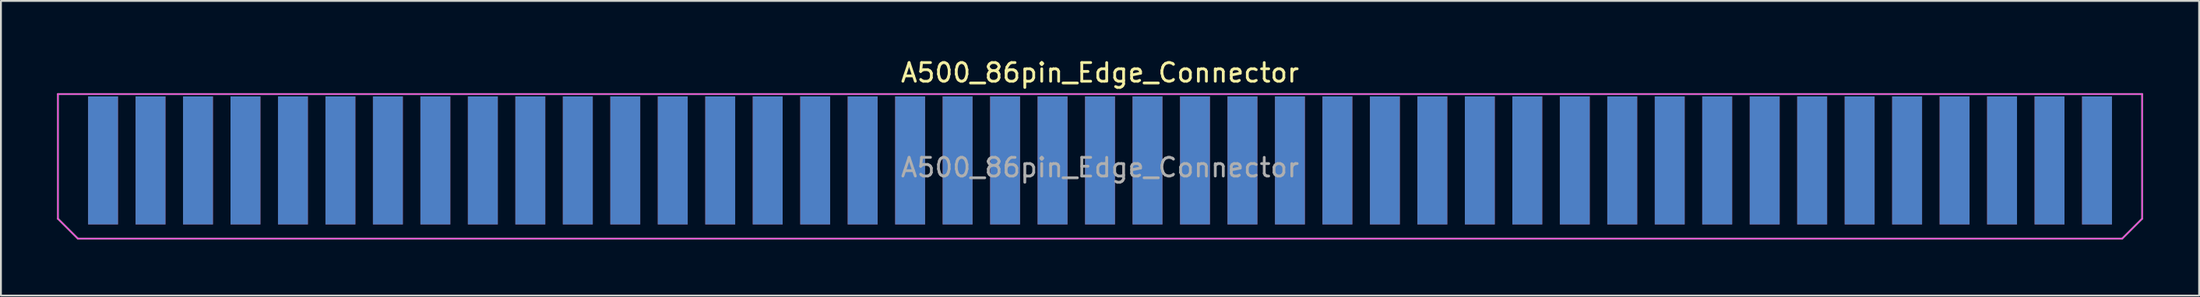
<source format=kicad_pcb>
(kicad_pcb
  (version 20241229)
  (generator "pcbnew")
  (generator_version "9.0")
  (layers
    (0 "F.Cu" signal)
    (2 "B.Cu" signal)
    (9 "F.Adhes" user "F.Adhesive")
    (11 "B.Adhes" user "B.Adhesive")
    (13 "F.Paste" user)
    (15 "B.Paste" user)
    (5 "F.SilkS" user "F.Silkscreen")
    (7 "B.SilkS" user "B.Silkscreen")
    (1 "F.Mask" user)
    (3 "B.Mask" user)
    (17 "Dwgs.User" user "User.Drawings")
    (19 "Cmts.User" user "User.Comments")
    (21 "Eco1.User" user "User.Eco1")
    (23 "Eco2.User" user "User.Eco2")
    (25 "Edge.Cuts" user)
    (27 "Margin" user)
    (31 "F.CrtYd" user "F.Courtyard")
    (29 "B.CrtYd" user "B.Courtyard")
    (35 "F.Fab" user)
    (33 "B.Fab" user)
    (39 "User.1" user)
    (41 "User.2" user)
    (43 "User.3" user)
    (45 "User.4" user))
  (footprint "A500_86pin_Edge_Connector"
    (layer "F.Cu")
    (at 55.803 5.928)
    (property "Reference" "A500_86pin_Edge_Connector" (at 0 -5.08 0) (layer "F.SilkS") (effects (font (size 1 1) (thickness 0.15))))
    (attr exclude_from_pos_files exclude_from_bom)
    (fp_line (start -55.753 -3.937) (end -55.753 2.743) (stroke (width 0.05) (type solid)) (layer "F.CrtYd"))
    (fp_line (start -55.753 -3.937) (end 55.753 -3.937) (stroke (width 0.05) (type solid)) (layer "F.CrtYd"))
    (fp_line (start -55.753 2.743) (end -54.686 3.81) (stroke (width 0.05) (type solid)) (layer "F.CrtYd"))
    (fp_line (start 54.686 3.81) (end -54.686 3.81) (stroke (width 0.05) (type solid)) (layer "F.CrtYd"))
    (fp_line (start 55.753 2.743) (end 54.686 3.81) (stroke (width 0.05) (type solid)) (layer "F.CrtYd"))
    (fp_line (start 55.753 2.743) (end 55.753 -3.937) (stroke (width 0.05) (type solid)) (layer "F.CrtYd"))
    (fp_line (start -55.753 -3.937) (end -55.753 2.743) (stroke (width 0.1) (type solid)) (layer "F.Fab"))
    (fp_line (start -54.686 3.81) (end -55.753 2.743) (stroke (width 0.1) (type solid)) (layer "F.Fab"))
    (fp_line (start 54.686 3.81) (end -54.686 3.81) (stroke (width 0.1) (type solid)) (layer "F.Fab"))
    (fp_line (start 55.753 -3.937) (end -55.753 -3.937) (stroke (width 0.1) (type solid)) (layer "F.Fab"))
    (fp_line (start 55.753 2.743) (end 54.686 3.81) (stroke (width 0.1) (type solid)) (layer "F.Fab"))
    (fp_line (start 55.753 2.743) (end 55.753 -3.937) (stroke (width 0.1) (type solid)) (layer "F.Fab"))
    (fp_text user "${REFERENCE}" (at 0 0 0) (layer "F.Fab") (effects (font (size 1 1) (thickness 0.15))))
    (pad "1" connect rect (at -53.34 -0.381) (size 1.6 6.86) (layers "F.Cu" "F.Mask"))
    (pad "2" connect rect (at -53.34 -0.381) (size 1.6 6.86) (layers "B.Cu" "B.Mask"))
    (pad "3" connect rect (at -50.8 -0.381) (size 1.6 6.86) (layers "F.Cu" "F.Mask"))
    (pad "4" connect rect (at -50.8 -0.381) (size 1.6 6.86) (layers "B.Cu" "B.Mask"))
    (pad "5" connect rect (at -48.26 -0.381) (size 1.6 6.86) (layers "F.Cu" "F.Mask"))
    (pad "6" connect rect (at -48.26 -0.381) (size 1.6 6.86) (layers "B.Cu" "B.Mask"))
    (pad "7" connect rect (at -45.72 -0.381) (size 1.6 6.86) (layers "F.Cu" "F.Mask"))
    (pad "8" connect rect (at -45.72 -0.381) (size 1.6 6.86) (layers "B.Cu" "B.Mask"))
    (pad "9" connect rect (at -43.18 -0.381) (size 1.6 6.86) (layers "F.Cu" "F.Mask"))
    (pad "10" connect rect (at -43.18 -0.381) (size 1.6 6.86) (layers "B.Cu" "B.Mask"))
    (pad "11" connect rect (at -40.64 -0.381) (size 1.6 6.86) (layers "F.Cu" "F.Mask"))
    (pad "12" connect rect (at -40.64 -0.381) (size 1.6 6.86) (layers "B.Cu" "B.Mask"))
    (pad "13" connect rect (at -38.1 -0.381) (size 1.6 6.86) (layers "F.Cu" "F.Mask"))
    (pad "14" connect rect (at -38.1 -0.381) (size 1.6 6.86) (layers "B.Cu" "B.Mask"))
    (pad "15" connect rect (at -35.56 -0.381) (size 1.6 6.86) (layers "F.Cu" "F.Mask"))
    (pad "16" connect rect (at -35.56 -0.381) (size 1.6 6.86) (layers "B.Cu" "B.Mask"))
    (pad "17" connect rect (at -33.02 -0.381) (size 1.6 6.86) (layers "F.Cu" "F.Mask"))
    (pad "18" connect rect (at -33.02 -0.381) (size 1.6 6.86) (layers "B.Cu" "B.Mask"))
    (pad "19" connect rect (at -30.48 -0.381) (size 1.6 6.86) (layers "F.Cu" "F.Mask"))
    (pad "20" connect rect (at -30.48 -0.381) (size 1.6 6.86) (layers "B.Cu" "B.Mask"))
    (pad "21" connect rect (at -27.94 -0.381) (size 1.6 6.86) (layers "F.Cu" "F.Mask"))
    (pad "22" connect rect (at -27.94 -0.381) (size 1.6 6.86) (layers "B.Cu" "B.Mask"))
    (pad "23" connect rect (at -25.4 -0.381) (size 1.6 6.86) (layers "F.Cu" "F.Mask"))
    (pad "24" connect rect (at -25.4 -0.381) (size 1.6 6.86) (layers "B.Cu" "B.Mask"))
    (pad "25" connect rect (at -22.86 -0.381) (size 1.6 6.86) (layers "F.Cu" "F.Mask"))
    (pad "26" connect rect (at -22.86 -0.381) (size 1.6 6.86) (layers "B.Cu" "B.Mask"))
    (pad "27" connect rect (at -20.32 -0.381) (size 1.6 6.86) (layers "F.Cu" "F.Mask"))
    (pad "28" connect rect (at -20.32 -0.381) (size 1.6 6.86) (layers "B.Cu" "B.Mask"))
    (pad "29" connect rect (at -17.78 -0.381) (size 1.6 6.86) (layers "F.Cu" "F.Mask"))
    (pad "30" connect rect (at -17.78 -0.381) (size 1.6 6.86) (layers "B.Cu" "B.Mask"))
    (pad "31" connect rect (at -15.24 -0.381) (size 1.6 6.86) (layers "F.Cu" "F.Mask"))
    (pad "32" connect rect (at -15.24 -0.381) (size 1.6 6.86) (layers "B.Cu" "B.Mask"))
    (pad "33" connect rect (at -12.7 -0.381) (size 1.6 6.86) (layers "F.Cu" "F.Mask"))
    (pad "34" connect rect (at -12.7 -0.381) (size 1.6 6.86) (layers "B.Cu" "B.Mask"))
    (pad "35" connect rect (at -10.16 -0.381) (size 1.6 6.86) (layers "F.Cu" "F.Mask"))
    (pad "36" connect rect (at -10.16 -0.381) (size 1.6 6.86) (layers "B.Cu" "B.Mask"))
    (pad "37" connect rect (at -7.62 -0.381) (size 1.6 6.86) (layers "F.Cu" "F.Mask"))
    (pad "38" connect rect (at -7.62 -0.381) (size 1.6 6.86) (layers "B.Cu" "B.Mask"))
    (pad "39" connect rect (at -5.08 -0.381) (size 1.6 6.86) (layers "F.Cu" "F.Mask"))
    (pad "40" connect rect (at -5.08 -0.381) (size 1.6 6.86) (layers "B.Cu" "B.Mask"))
    (pad "41" connect rect (at -2.54 -0.381) (size 1.6 6.86) (layers "F.Cu" "F.Mask"))
    (pad "42" connect rect (at -2.54 -0.381) (size 1.6 6.86) (layers "B.Cu" "B.Mask"))
    (pad "43" connect rect (at 0 -0.381) (size 1.6 6.86) (layers "F.Cu" "F.Mask"))
    (pad "44" connect rect (at 0 -0.381) (size 1.6 6.86) (layers "B.Cu" "B.Mask"))
    (pad "45" connect rect (at 2.54 -0.381) (size 1.6 6.86) (layers "F.Cu" "F.Mask"))
    (pad "46" connect rect (at 2.54 -0.381) (size 1.6 6.86) (layers "B.Cu" "B.Mask"))
    (pad "47" connect rect (at 5.08 -0.381) (size 1.6 6.86) (layers "F.Cu" "F.Mask"))
    (pad "48" connect rect (at 5.08 -0.381) (size 1.6 6.86) (layers "B.Cu" "B.Mask"))
    (pad "49" connect rect (at 7.62 -0.381) (size 1.6 6.86) (layers "F.Cu" "F.Mask"))
    (pad "50" connect rect (at 7.62 -0.381) (size 1.6 6.86) (layers "B.Cu" "B.Mask"))
    (pad "51" connect rect (at 10.16 -0.381) (size 1.6 6.86) (layers "F.Cu" "F.Mask"))
    (pad "52" connect rect (at 10.16 -0.381) (size 1.6 6.86) (layers "B.Cu" "B.Mask"))
    (pad "53" connect rect (at 12.7 -0.381) (size 1.6 6.86) (layers "F.Cu" "F.Mask"))
    (pad "54" connect rect (at 12.7 -0.381) (size 1.6 6.86) (layers "B.Cu" "B.Mask"))
    (pad "55" connect rect (at 15.24 -0.381) (size 1.6 6.86) (layers "F.Cu" "F.Mask"))
    (pad "56" connect rect (at 15.24 -0.381) (size 1.6 6.86) (layers "B.Cu" "B.Mask"))
    (pad "57" connect rect (at 17.78 -0.381) (size 1.6 6.86) (layers "F.Cu" "F.Mask"))
    (pad "58" connect rect (at 17.78 -0.381) (size 1.6 6.86) (layers "B.Cu" "B.Mask"))
    (pad "59" connect rect (at 20.32 -0.381) (size 1.6 6.86) (layers "F.Cu" "F.Mask"))
    (pad "60" connect rect (at 20.32 -0.381) (size 1.6 6.86) (layers "B.Cu" "B.Mask"))
    (pad "61" connect rect (at 22.86 -0.381) (size 1.6 6.86) (layers "F.Cu" "F.Mask"))
    (pad "62" connect rect (at 22.86 -0.381) (size 1.6 6.86) (layers "B.Cu" "B.Mask"))
    (pad "63" connect rect (at 25.4 -0.381) (size 1.6 6.86) (layers "F.Cu" "F.Mask"))
    (pad "64" connect rect (at 25.4 -0.381) (size 1.6 6.86) (layers "B.Cu" "B.Mask"))
    (pad "65" connect rect (at 27.94 -0.381) (size 1.6 6.86) (layers "F.Cu" "F.Mask"))
    (pad "66" connect rect (at 27.94 -0.381) (size 1.6 6.86) (layers "B.Cu" "B.Mask"))
    (pad "67" connect rect (at 30.48 -0.381) (size 1.6 6.86) (layers "F.Cu" "F.Mask"))
    (pad "68" connect rect (at 30.48 -0.381) (size 1.6 6.86) (layers "B.Cu" "B.Mask"))
    (pad "69" connect rect (at 33.02 -0.381) (size 1.6 6.86) (layers "F.Cu" "F.Mask"))
    (pad "70" connect rect (at 33.02 -0.381) (size 1.6 6.86) (layers "B.Cu" "B.Mask"))
    (pad "71" connect rect (at 35.56 -0.381) (size 1.6 6.86) (layers "F.Cu" "F.Mask"))
    (pad "72" connect rect (at 35.56 -0.381) (size 1.6 6.86) (layers "B.Cu" "B.Mask"))
    (pad "73" connect rect (at 38.1 -0.381) (size 1.6 6.86) (layers "F.Cu" "F.Mask"))
    (pad "74" connect rect (at 38.1 -0.381) (size 1.6 6.86) (layers "B.Cu" "B.Mask"))
    (pad "75" connect rect (at 40.64 -0.381) (size 1.6 6.86) (layers "F.Cu" "F.Mask"))
    (pad "76" connect rect (at 40.64 -0.381) (size 1.6 6.86) (layers "B.Cu" "B.Mask"))
    (pad "77" connect rect (at 43.18 -0.381) (size 1.6 6.86) (layers "F.Cu" "F.Mask"))
    (pad "78" connect rect (at 43.18 -0.381) (size 1.6 6.86) (layers "B.Cu" "B.Mask"))
    (pad "79" connect rect (at 45.72 -0.381) (size 1.6 6.86) (layers "F.Cu" "F.Mask"))
    (pad "80" connect rect (at 45.72 -0.381) (size 1.6 6.86) (layers "B.Cu" "B.Mask"))
    (pad "81" connect rect (at 48.26 -0.381) (size 1.6 6.86) (layers "F.Cu" "F.Mask"))
    (pad "82" connect rect (at 48.26 -0.381) (size 1.6 6.86) (layers "B.Cu" "B.Mask"))
    (pad "83" connect rect (at 50.8 -0.381) (size 1.6 6.86) (layers "F.Cu" "F.Mask"))
    (pad "84" connect rect (at 50.8 -0.381) (size 1.6 6.86) (layers "B.Cu" "B.Mask"))
    (pad "85" connect rect (at 53.34 -0.381) (size 1.6 6.86) (layers "F.Cu" "F.Mask"))
    (pad "86" connect rect (at 53.34 -0.381) (size 1.6 6.86) (layers "B.Cu" "B.Mask")))
  (gr_rect
    (start -3 -3)
    (end 114.606 12.788)
    (stroke (width 0.1) (type default))
    (fill no)
    (layer "Edge.Cuts")))
</source>
